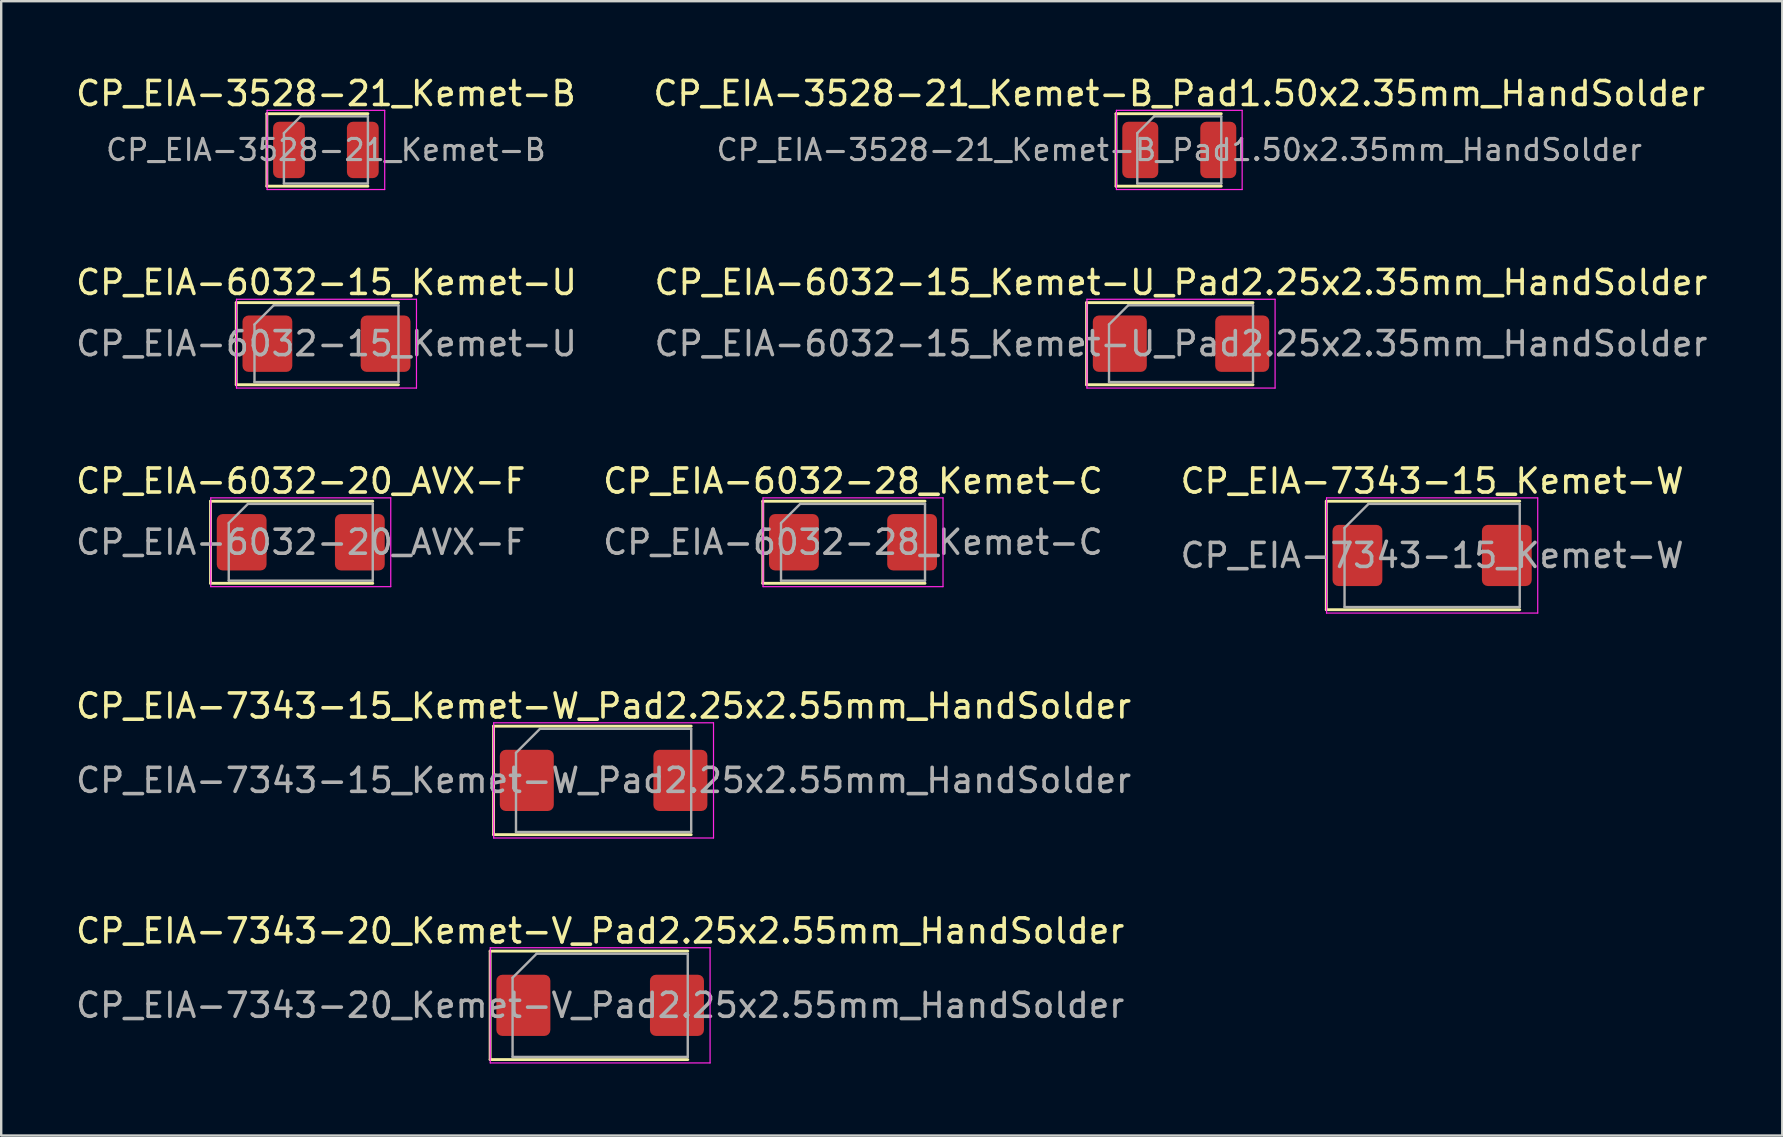
<source format=kicad_pcb>
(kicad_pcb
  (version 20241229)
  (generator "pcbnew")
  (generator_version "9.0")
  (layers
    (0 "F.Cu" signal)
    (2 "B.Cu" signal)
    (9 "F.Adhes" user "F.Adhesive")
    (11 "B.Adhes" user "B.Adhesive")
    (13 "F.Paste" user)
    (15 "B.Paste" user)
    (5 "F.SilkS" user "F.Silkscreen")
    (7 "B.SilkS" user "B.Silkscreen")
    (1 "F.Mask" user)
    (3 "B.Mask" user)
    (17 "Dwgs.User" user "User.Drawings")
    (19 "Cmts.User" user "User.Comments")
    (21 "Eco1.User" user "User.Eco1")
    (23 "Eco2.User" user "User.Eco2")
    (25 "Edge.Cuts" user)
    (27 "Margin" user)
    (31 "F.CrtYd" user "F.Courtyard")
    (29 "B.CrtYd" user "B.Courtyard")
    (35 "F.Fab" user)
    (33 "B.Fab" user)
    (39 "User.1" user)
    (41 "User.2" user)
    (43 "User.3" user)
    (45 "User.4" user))
  (footprint "CP_EIA-3528-21_Kemet-B_Pad1.50x2.35mm_HandSolder"
    (layer "F.Cu")
    (at 46.089 3.198)
    (property "Reference" "CP_EIA-3528-21_Kemet-B_Pad1.50x2.35mm_HandSolder" (at 0 -2.35 0) (layer "F.SilkS") (effects (font (size 1 1) (thickness 0.15))))
    (attr smd)
    (fp_line (start -2.635 -1.51) (end -2.635 1.51) (stroke (width 0.12) (type solid)) (layer "F.SilkS"))
    (fp_line (start -2.635 1.51) (end 1.75 1.51) (stroke (width 0.12) (type solid)) (layer "F.SilkS"))
    (fp_line (start 1.75 -1.51) (end -2.635 -1.51) (stroke (width 0.12) (type solid)) (layer "F.SilkS"))
    (fp_line (start -2.62 -1.65) (end 2.62 -1.65) (stroke (width 0.05) (type solid)) (layer "F.CrtYd"))
    (fp_line (start -2.62 1.65) (end -2.62 -1.65) (stroke (width 0.05) (type solid)) (layer "F.CrtYd"))
    (fp_line (start 2.62 -1.65) (end 2.62 1.65) (stroke (width 0.05) (type solid)) (layer "F.CrtYd"))
    (fp_line (start 2.62 1.65) (end -2.62 1.65) (stroke (width 0.05) (type solid)) (layer "F.CrtYd"))
    (fp_line (start -1.75 -0.7) (end -1.75 1.4) (stroke (width 0.1) (type solid)) (layer "F.Fab"))
    (fp_line (start -1.75 1.4) (end 1.75 1.4) (stroke (width 0.1) (type solid)) (layer "F.Fab"))
    (fp_line (start -1.05 -1.4) (end -1.75 -0.7) (stroke (width 0.1) (type solid)) (layer "F.Fab"))
    (fp_line (start 1.75 -1.4) (end -1.05 -1.4) (stroke (width 0.1) (type solid)) (layer "F.Fab"))
    (fp_line (start 1.75 1.4) (end 1.75 -1.4) (stroke (width 0.1) (type solid)) (layer "F.Fab"))
    (fp_text user "${REFERENCE}" (at 0 0 0) (layer "F.Fab") (effects (font (size 0.88 0.88) (thickness 0.13))))
    (pad "1" smd roundrect (at -1.625 0) (size 1.5 2.35) (layers "F.Cu" "F.Mask" "F.Paste") (roundrect_rratio 0.167))
    (pad "2" smd roundrect (at 1.625 0) (size 1.5 2.35) (layers "F.Cu" "F.Mask" "F.Paste") (roundrect_rratio 0.167)))
  (footprint "CP_EIA-7343-15_Kemet-W"
    (layer "F.Cu")
    (at 56.625 20.095)
    (property "Reference" "CP_EIA-7343-15_Kemet-W" (at 0 -3.1 0) (layer "F.SilkS") (effects (font (size 1 1) (thickness 0.15))))
    (attr smd)
    (fp_line (start -4.41 -2.26) (end -4.41 2.26) (stroke (width 0.12) (type solid)) (layer "F.SilkS"))
    (fp_line (start -4.41 2.26) (end 3.65 2.26) (stroke (width 0.12) (type solid)) (layer "F.SilkS"))
    (fp_line (start 3.65 -2.26) (end -4.41 -2.26) (stroke (width 0.12) (type solid)) (layer "F.SilkS"))
    (fp_line (start -4.4 -2.4) (end 4.4 -2.4) (stroke (width 0.05) (type solid)) (layer "F.CrtYd"))
    (fp_line (start -4.4 2.4) (end -4.4 -2.4) (stroke (width 0.05) (type solid)) (layer "F.CrtYd"))
    (fp_line (start 4.4 -2.4) (end 4.4 2.4) (stroke (width 0.05) (type solid)) (layer "F.CrtYd"))
    (fp_line (start 4.4 2.4) (end -4.4 2.4) (stroke (width 0.05) (type solid)) (layer "F.CrtYd"))
    (fp_line (start -3.65 -1.15) (end -3.65 2.15) (stroke (width 0.1) (type solid)) (layer "F.Fab"))
    (fp_line (start -3.65 2.15) (end 3.65 2.15) (stroke (width 0.1) (type solid)) (layer "F.Fab"))
    (fp_line (start -2.65 -2.15) (end -3.65 -1.15) (stroke (width 0.1) (type solid)) (layer "F.Fab"))
    (fp_line (start 3.65 -2.15) (end -2.65 -2.15) (stroke (width 0.1) (type solid)) (layer "F.Fab"))
    (fp_line (start 3.65 2.15) (end 3.65 -2.15) (stroke (width 0.1) (type solid)) (layer "F.Fab"))
    (fp_text user "${REFERENCE}" (at 0 0 0) (layer "F.Fab") (effects (font (size 1 1) (thickness 0.15))))
    (pad "1" smd roundrect (at -3.112 0) (size 2.075 2.55) (layers "F.Cu" "F.Mask" "F.Paste") (roundrect_rratio 0.12))
    (pad "2" smd roundrect (at 3.112 0) (size 2.075 2.55) (layers "F.Cu" "F.Mask" "F.Paste") (roundrect_rratio 0.12)))
  (footprint "CP_EIA-6032-28_Kemet-C"
    (layer "F.Cu")
    (at 32.494 19.545)
    (property "Reference" "CP_EIA-6032-28_Kemet-C" (at 0 -2.55 0) (layer "F.SilkS") (effects (font (size 1 1) (thickness 0.15))))
    (attr smd)
    (fp_line (start -3.76 -1.71) (end -3.76 1.71) (stroke (width 0.12) (type solid)) (layer "F.SilkS"))
    (fp_line (start -3.76 1.71) (end 3 1.71) (stroke (width 0.12) (type solid)) (layer "F.SilkS"))
    (fp_line (start 3 -1.71) (end -3.76 -1.71) (stroke (width 0.12) (type solid)) (layer "F.SilkS"))
    (fp_line (start -3.75 -1.85) (end 3.75 -1.85) (stroke (width 0.05) (type solid)) (layer "F.CrtYd"))
    (fp_line (start -3.75 1.85) (end -3.75 -1.85) (stroke (width 0.05) (type solid)) (layer "F.CrtYd"))
    (fp_line (start 3.75 -1.85) (end 3.75 1.85) (stroke (width 0.05) (type solid)) (layer "F.CrtYd"))
    (fp_line (start 3.75 1.85) (end -3.75 1.85) (stroke (width 0.05) (type solid)) (layer "F.CrtYd"))
    (fp_line (start -3 -0.8) (end -3 1.6) (stroke (width 0.1) (type solid)) (layer "F.Fab"))
    (fp_line (start -3 1.6) (end 3 1.6) (stroke (width 0.1) (type solid)) (layer "F.Fab"))
    (fp_line (start -2.2 -1.6) (end -3 -0.8) (stroke (width 0.1) (type solid)) (layer "F.Fab"))
    (fp_line (start 3 -1.6) (end -2.2 -1.6) (stroke (width 0.1) (type solid)) (layer "F.Fab"))
    (fp_line (start 3 1.6) (end 3 -1.6) (stroke (width 0.1) (type solid)) (layer "F.Fab"))
    (fp_text user "${REFERENCE}" (at 0 0 0) (layer "F.Fab") (effects (font (size 1 1) (thickness 0.15))))
    (pad "1" smd roundrect (at -2.462 0) (size 2.075 2.35) (layers "F.Cu" "F.Mask" "F.Paste") (roundrect_rratio 0.12))
    (pad "2" smd roundrect (at 2.462 0) (size 2.075 2.35) (layers "F.Cu" "F.Mask" "F.Paste") (roundrect_rratio 0.12)))
  (footprint "CP_EIA-3528-21_Kemet-B"
    (layer "F.Cu")
    (at 10.53 3.198)
    (property "Reference" "CP_EIA-3528-21_Kemet-B" (at 0 -2.35 0) (layer "F.SilkS") (effects (font (size 1 1) (thickness 0.15))))
    (attr smd)
    (fp_line (start -2.46 -1.51) (end -2.46 1.51) (stroke (width 0.12) (type solid)) (layer "F.SilkS"))
    (fp_line (start -2.46 1.51) (end 1.75 1.51) (stroke (width 0.12) (type solid)) (layer "F.SilkS"))
    (fp_line (start 1.75 -1.51) (end -2.46 -1.51) (stroke (width 0.12) (type solid)) (layer "F.SilkS"))
    (fp_line (start -2.45 -1.65) (end 2.45 -1.65) (stroke (width 0.05) (type solid)) (layer "F.CrtYd"))
    (fp_line (start -2.45 1.65) (end -2.45 -1.65) (stroke (width 0.05) (type solid)) (layer "F.CrtYd"))
    (fp_line (start 2.45 -1.65) (end 2.45 1.65) (stroke (width 0.05) (type solid)) (layer "F.CrtYd"))
    (fp_line (start 2.45 1.65) (end -2.45 1.65) (stroke (width 0.05) (type solid)) (layer "F.CrtYd"))
    (fp_line (start -1.75 -0.7) (end -1.75 1.4) (stroke (width 0.1) (type solid)) (layer "F.Fab"))
    (fp_line (start -1.75 1.4) (end 1.75 1.4) (stroke (width 0.1) (type solid)) (layer "F.Fab"))
    (fp_line (start -1.05 -1.4) (end -1.75 -0.7) (stroke (width 0.1) (type solid)) (layer "F.Fab"))
    (fp_line (start 1.75 -1.4) (end -1.05 -1.4) (stroke (width 0.1) (type solid)) (layer "F.Fab"))
    (fp_line (start 1.75 1.4) (end 1.75 -1.4) (stroke (width 0.1) (type solid)) (layer "F.Fab"))
    (fp_text user "${REFERENCE}" (at 0 0 0) (layer "F.Fab") (effects (font (size 0.88 0.88) (thickness 0.13))))
    (pad "1" smd roundrect (at -1.538 0) (size 1.325 2.35) (layers "F.Cu" "F.Mask" "F.Paste") (roundrect_rratio 0.189))
    (pad "2" smd roundrect (at 1.538 0) (size 1.325 2.35) (layers "F.Cu" "F.Mask" "F.Paste") (roundrect_rratio 0.189)))
  (footprint "CP_EIA-7343-15_Kemet-W_Pad2.25x2.55mm_HandSolder"
    (layer "F.Cu")
    (at 22.101 29.468)
    (property "Reference" "CP_EIA-7343-15_Kemet-W_Pad2.25x2.55mm_HandSolder" (at 0 -3.1 0) (layer "F.SilkS") (effects (font (size 1 1) (thickness 0.15))))
    (attr smd)
    (fp_line (start -4.585 -2.26) (end -4.585 2.26) (stroke (width 0.12) (type solid)) (layer "F.SilkS"))
    (fp_line (start -4.585 2.26) (end 3.65 2.26) (stroke (width 0.12) (type solid)) (layer "F.SilkS"))
    (fp_line (start 3.65 -2.26) (end -4.585 -2.26) (stroke (width 0.12) (type solid)) (layer "F.SilkS"))
    (fp_line (start -4.58 -2.4) (end 4.58 -2.4) (stroke (width 0.05) (type solid)) (layer "F.CrtYd"))
    (fp_line (start -4.58 2.4) (end -4.58 -2.4) (stroke (width 0.05) (type solid)) (layer "F.CrtYd"))
    (fp_line (start 4.58 -2.4) (end 4.58 2.4) (stroke (width 0.05) (type solid)) (layer "F.CrtYd"))
    (fp_line (start 4.58 2.4) (end -4.58 2.4) (stroke (width 0.05) (type solid)) (layer "F.CrtYd"))
    (fp_line (start -3.65 -1.15) (end -3.65 2.15) (stroke (width 0.1) (type solid)) (layer "F.Fab"))
    (fp_line (start -3.65 2.15) (end 3.65 2.15) (stroke (width 0.1) (type solid)) (layer "F.Fab"))
    (fp_line (start -2.65 -2.15) (end -3.65 -1.15) (stroke (width 0.1) (type solid)) (layer "F.Fab"))
    (fp_line (start 3.65 -2.15) (end -2.65 -2.15) (stroke (width 0.1) (type solid)) (layer "F.Fab"))
    (fp_line (start 3.65 2.15) (end 3.65 -2.15) (stroke (width 0.1) (type solid)) (layer "F.Fab"))
    (fp_text user "${REFERENCE}" (at 0 0 0) (layer "F.Fab") (effects (font (size 1 1) (thickness 0.15))))
    (pad "1" smd roundrect (at -3.2 0) (size 2.25 2.55) (layers "F.Cu" "F.Mask" "F.Paste") (roundrect_rratio 0.111))
    (pad "2" smd roundrect (at 3.2 0) (size 2.25 2.55) (layers "F.Cu" "F.Mask" "F.Paste") (roundrect_rratio 0.111)))
  (footprint "CP_EIA-6032-15_Kemet-U"
    (layer "F.Cu")
    (at 10.554 11.271)
    (property "Reference" "CP_EIA-6032-15_Kemet-U" (at 0 -2.55 0) (layer "F.SilkS") (effects (font (size 1 1) (thickness 0.15))))
    (attr smd)
    (fp_line (start -3.76 -1.71) (end -3.76 1.71) (stroke (width 0.12) (type solid)) (layer "F.SilkS"))
    (fp_line (start -3.76 1.71) (end 3 1.71) (stroke (width 0.12) (type solid)) (layer "F.SilkS"))
    (fp_line (start 3 -1.71) (end -3.76 -1.71) (stroke (width 0.12) (type solid)) (layer "F.SilkS"))
    (fp_line (start -3.75 -1.85) (end 3.75 -1.85) (stroke (width 0.05) (type solid)) (layer "F.CrtYd"))
    (fp_line (start -3.75 1.85) (end -3.75 -1.85) (stroke (width 0.05) (type solid)) (layer "F.CrtYd"))
    (fp_line (start 3.75 -1.85) (end 3.75 1.85) (stroke (width 0.05) (type solid)) (layer "F.CrtYd"))
    (fp_line (start 3.75 1.85) (end -3.75 1.85) (stroke (width 0.05) (type solid)) (layer "F.CrtYd"))
    (fp_line (start -3 -0.8) (end -3 1.6) (stroke (width 0.1) (type solid)) (layer "F.Fab"))
    (fp_line (start -3 1.6) (end 3 1.6) (stroke (width 0.1) (type solid)) (layer "F.Fab"))
    (fp_line (start -2.2 -1.6) (end -3 -0.8) (stroke (width 0.1) (type solid)) (layer "F.Fab"))
    (fp_line (start 3 -1.6) (end -2.2 -1.6) (stroke (width 0.1) (type solid)) (layer "F.Fab"))
    (fp_line (start 3 1.6) (end 3 -1.6) (stroke (width 0.1) (type solid)) (layer "F.Fab"))
    (fp_text user "${REFERENCE}" (at 0 0 0) (layer "F.Fab") (effects (font (size 1 1) (thickness 0.15))))
    (pad "1" smd roundrect (at -2.462 0) (size 2.075 2.35) (layers "F.Cu" "F.Mask" "F.Paste") (roundrect_rratio 0.12))
    (pad "2" smd roundrect (at 2.462 0) (size 2.075 2.35) (layers "F.Cu" "F.Mask" "F.Paste") (roundrect_rratio 0.12)))
  (footprint "CP_EIA-6032-20_AVX-F"
    (layer "F.Cu")
    (at 9.482 19.545)
    (property "Reference" "CP_EIA-6032-20_AVX-F" (at 0 -2.55 0) (layer "F.SilkS") (effects (font (size 1 1) (thickness 0.15))))
    (attr smd)
    (fp_line (start -3.76 -1.71) (end -3.76 1.71) (stroke (width 0.12) (type solid)) (layer "F.SilkS"))
    (fp_line (start -3.76 1.71) (end 3 1.71) (stroke (width 0.12) (type solid)) (layer "F.SilkS"))
    (fp_line (start 3 -1.71) (end -3.76 -1.71) (stroke (width 0.12) (type solid)) (layer "F.SilkS"))
    (fp_line (start -3.75 -1.85) (end 3.75 -1.85) (stroke (width 0.05) (type solid)) (layer "F.CrtYd"))
    (fp_line (start -3.75 1.85) (end -3.75 -1.85) (stroke (width 0.05) (type solid)) (layer "F.CrtYd"))
    (fp_line (start 3.75 -1.85) (end 3.75 1.85) (stroke (width 0.05) (type solid)) (layer "F.CrtYd"))
    (fp_line (start 3.75 1.85) (end -3.75 1.85) (stroke (width 0.05) (type solid)) (layer "F.CrtYd"))
    (fp_line (start -3 -0.8) (end -3 1.6) (stroke (width 0.1) (type solid)) (layer "F.Fab"))
    (fp_line (start -3 1.6) (end 3 1.6) (stroke (width 0.1) (type solid)) (layer "F.Fab"))
    (fp_line (start -2.2 -1.6) (end -3 -0.8) (stroke (width 0.1) (type solid)) (layer "F.Fab"))
    (fp_line (start 3 -1.6) (end -2.2 -1.6) (stroke (width 0.1) (type solid)) (layer "F.Fab"))
    (fp_line (start 3 1.6) (end 3 -1.6) (stroke (width 0.1) (type solid)) (layer "F.Fab"))
    (fp_text user "${REFERENCE}" (at 0 0 0) (layer "F.Fab") (effects (font (size 1 1) (thickness 0.15))))
    (pad "1" smd roundrect (at -2.462 0) (size 2.075 2.35) (layers "F.Cu" "F.Mask" "F.Paste") (roundrect_rratio 0.12))
    (pad "2" smd roundrect (at 2.462 0) (size 2.075 2.35) (layers "F.Cu" "F.Mask" "F.Paste") (roundrect_rratio 0.12)))
  (footprint "CP_EIA-7343-20_Kemet-V_Pad2.25x2.55mm_HandSolder"
    (layer "F.Cu")
    (at 21.958 38.841)
    (property "Reference" "CP_EIA-7343-20_Kemet-V_Pad2.25x2.55mm_HandSolder" (at 0 -3.1 0) (layer "F.SilkS") (effects (font (size 1 1) (thickness 0.15))))
    (attr smd)
    (fp_line (start -4.585 -2.26) (end -4.585 2.26) (stroke (width 0.12) (type solid)) (layer "F.SilkS"))
    (fp_line (start -4.585 2.26) (end 3.65 2.26) (stroke (width 0.12) (type solid)) (layer "F.SilkS"))
    (fp_line (start 3.65 -2.26) (end -4.585 -2.26) (stroke (width 0.12) (type solid)) (layer "F.SilkS"))
    (fp_line (start -4.58 -2.4) (end 4.58 -2.4) (stroke (width 0.05) (type solid)) (layer "F.CrtYd"))
    (fp_line (start -4.58 2.4) (end -4.58 -2.4) (stroke (width 0.05) (type solid)) (layer "F.CrtYd"))
    (fp_line (start 4.58 -2.4) (end 4.58 2.4) (stroke (width 0.05) (type solid)) (layer "F.CrtYd"))
    (fp_line (start 4.58 2.4) (end -4.58 2.4) (stroke (width 0.05) (type solid)) (layer "F.CrtYd"))
    (fp_line (start -3.65 -1.15) (end -3.65 2.15) (stroke (width 0.1) (type solid)) (layer "F.Fab"))
    (fp_line (start -3.65 2.15) (end 3.65 2.15) (stroke (width 0.1) (type solid)) (layer "F.Fab"))
    (fp_line (start -2.65 -2.15) (end -3.65 -1.15) (stroke (width 0.1) (type solid)) (layer "F.Fab"))
    (fp_line (start 3.65 -2.15) (end -2.65 -2.15) (stroke (width 0.1) (type solid)) (layer "F.Fab"))
    (fp_line (start 3.65 2.15) (end 3.65 -2.15) (stroke (width 0.1) (type solid)) (layer "F.Fab"))
    (fp_text user "${REFERENCE}" (at 0 0 0) (layer "F.Fab") (effects (font (size 1 1) (thickness 0.15))))
    (pad "1" smd roundrect (at -3.2 0) (size 2.25 2.55) (layers "F.Cu" "F.Mask" "F.Paste") (roundrect_rratio 0.111))
    (pad "2" smd roundrect (at 3.2 0) (size 2.25 2.55) (layers "F.Cu" "F.Mask" "F.Paste") (roundrect_rratio 0.111)))
  (footprint "CP_EIA-6032-15_Kemet-U_Pad2.25x2.35mm_HandSolder"
    (layer "F.Cu")
    (at 46.161 11.271)
    (property "Reference" "CP_EIA-6032-15_Kemet-U_Pad2.25x2.35mm_HandSolder" (at 0 -2.55 0) (layer "F.SilkS") (effects (font (size 1 1) (thickness 0.15))))
    (attr smd)
    (fp_line (start -3.935 -1.71) (end -3.935 1.71) (stroke (width 0.12) (type solid)) (layer "F.SilkS"))
    (fp_line (start -3.935 1.71) (end 3 1.71) (stroke (width 0.12) (type solid)) (layer "F.SilkS"))
    (fp_line (start 3 -1.71) (end -3.935 -1.71) (stroke (width 0.12) (type solid)) (layer "F.SilkS"))
    (fp_line (start -3.92 -1.85) (end 3.92 -1.85) (stroke (width 0.05) (type solid)) (layer "F.CrtYd"))
    (fp_line (start -3.92 1.85) (end -3.92 -1.85) (stroke (width 0.05) (type solid)) (layer "F.CrtYd"))
    (fp_line (start 3.92 -1.85) (end 3.92 1.85) (stroke (width 0.05) (type solid)) (layer "F.CrtYd"))
    (fp_line (start 3.92 1.85) (end -3.92 1.85) (stroke (width 0.05) (type solid)) (layer "F.CrtYd"))
    (fp_line (start -3 -0.8) (end -3 1.6) (stroke (width 0.1) (type solid)) (layer "F.Fab"))
    (fp_line (start -3 1.6) (end 3 1.6) (stroke (width 0.1) (type solid)) (layer "F.Fab"))
    (fp_line (start -2.2 -1.6) (end -3 -0.8) (stroke (width 0.1) (type solid)) (layer "F.Fab"))
    (fp_line (start 3 -1.6) (end -2.2 -1.6) (stroke (width 0.1) (type solid)) (layer "F.Fab"))
    (fp_line (start 3 1.6) (end 3 -1.6) (stroke (width 0.1) (type solid)) (layer "F.Fab"))
    (fp_text user "${REFERENCE}" (at 0 0 0) (layer "F.Fab") (effects (font (size 1 1) (thickness 0.15))))
    (pad "1" smd roundrect (at -2.55 0) (size 2.25 2.35) (layers "F.Cu" "F.Mask" "F.Paste") (roundrect_rratio 0.111))
    (pad "2" smd roundrect (at 2.55 0) (size 2.25 2.35) (layers "F.Cu" "F.Mask" "F.Paste") (roundrect_rratio 0.111)))
  (gr_rect
    (start -3 -3)
    (end 71.214 44.266)
    (stroke (width 0.1) (type default))
    (fill no)
    (layer "Edge.Cuts")))
</source>
